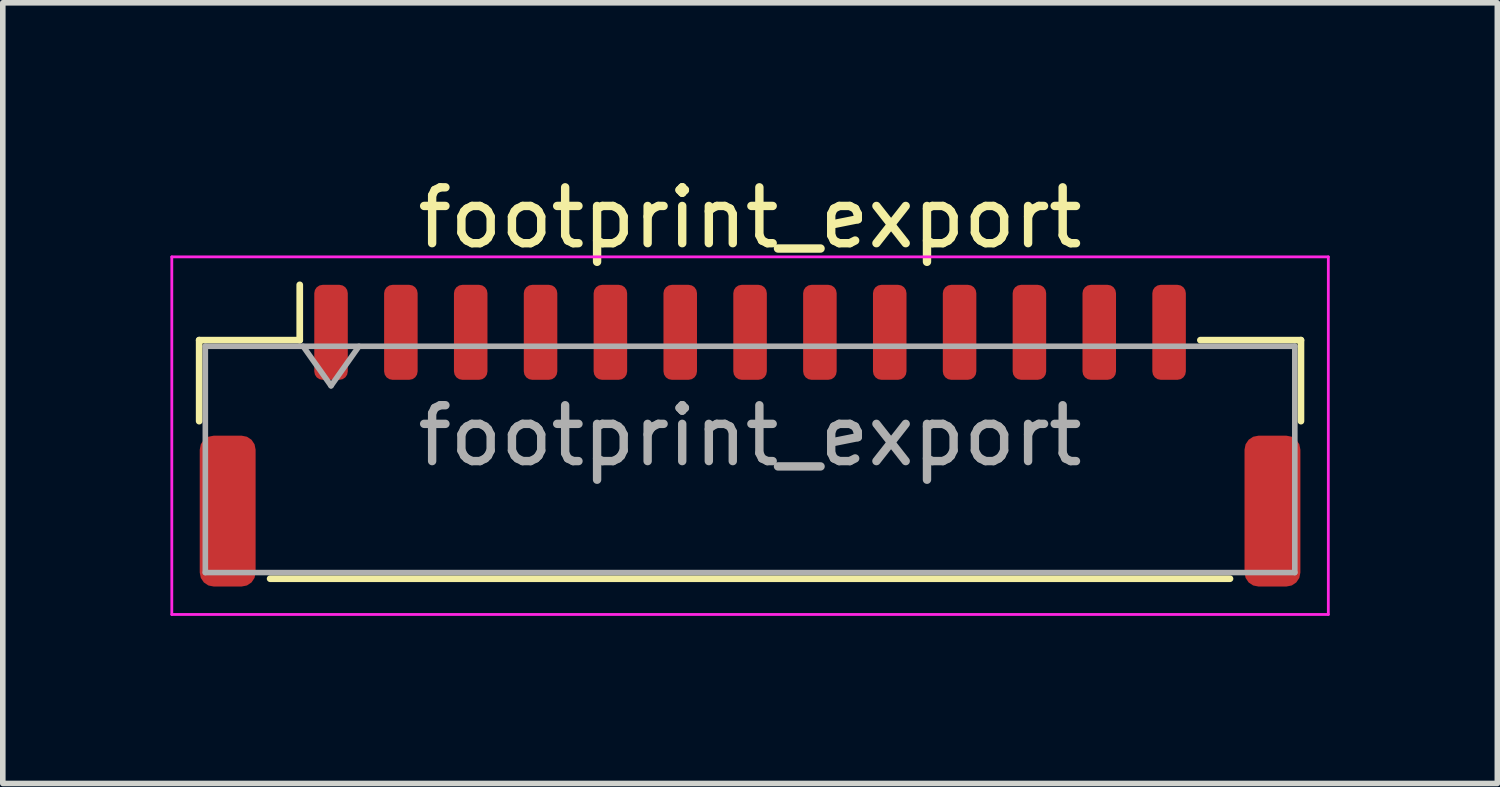
<source format=kicad_pcb>
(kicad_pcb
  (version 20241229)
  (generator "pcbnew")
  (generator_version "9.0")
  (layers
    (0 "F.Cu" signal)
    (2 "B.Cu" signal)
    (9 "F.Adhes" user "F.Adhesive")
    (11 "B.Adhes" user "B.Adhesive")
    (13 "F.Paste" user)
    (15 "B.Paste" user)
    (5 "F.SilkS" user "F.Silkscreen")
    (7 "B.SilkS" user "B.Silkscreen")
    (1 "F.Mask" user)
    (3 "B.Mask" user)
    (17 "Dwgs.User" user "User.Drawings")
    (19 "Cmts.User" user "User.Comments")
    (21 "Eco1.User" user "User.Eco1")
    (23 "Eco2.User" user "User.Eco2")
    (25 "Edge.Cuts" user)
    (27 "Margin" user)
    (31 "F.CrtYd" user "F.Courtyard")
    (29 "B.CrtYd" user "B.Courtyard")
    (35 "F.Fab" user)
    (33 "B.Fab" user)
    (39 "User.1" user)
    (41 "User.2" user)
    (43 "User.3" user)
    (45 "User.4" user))
  (footprint "footprint_export"
    (layer "F.Cu")
    (at 10.375 4.748)
    (property "Reference" "footprint_export" (at 0 -3.9 0) (layer "F.SilkS") (effects (font (size 1 1) (thickness 0.15))))
    (attr smd)
    (fp_line (start -9.86 -1.71) (end -8.06 -1.71) (stroke (width 0.12) (type solid)) (layer "F.SilkS"))
    (fp_line (start -9.86 -0.26) (end -9.86 -1.71) (stroke (width 0.12) (type solid)) (layer "F.SilkS"))
    (fp_line (start -8.59 2.56) (end 8.59 2.56) (stroke (width 0.12) (type solid)) (layer "F.SilkS"))
    (fp_line (start -8.06 -1.71) (end -8.06 -2.7) (stroke (width 0.12) (type solid)) (layer "F.SilkS"))
    (fp_line (start 9.86 -1.71) (end 8.06 -1.71) (stroke (width 0.12) (type solid)) (layer "F.SilkS"))
    (fp_line (start 9.86 -0.26) (end 9.86 -1.71) (stroke (width 0.12) (type solid)) (layer "F.SilkS"))
    (fp_line (start -10.35 -3.2) (end -10.35 3.2) (stroke (width 0.05) (type solid)) (layer "F.CrtYd"))
    (fp_line (start -10.35 3.2) (end 10.35 3.2) (stroke (width 0.05) (type solid)) (layer "F.CrtYd"))
    (fp_line (start 10.35 -3.2) (end -10.35 -3.2) (stroke (width 0.05) (type solid)) (layer "F.CrtYd"))
    (fp_line (start 10.35 3.2) (end 10.35 -3.2) (stroke (width 0.05) (type solid)) (layer "F.CrtYd"))
    (fp_line (start -9.75 -1.6) (end -9.75 2.45) (stroke (width 0.1) (type solid)) (layer "F.Fab"))
    (fp_line (start -9.75 -1.6) (end 9.75 -1.6) (stroke (width 0.1) (type solid)) (layer "F.Fab"))
    (fp_line (start -9.75 2.45) (end 9.75 2.45) (stroke (width 0.1) (type solid)) (layer "F.Fab"))
    (fp_line (start -8 -1.6) (end -7.5 -0.893) (stroke (width 0.1) (type solid)) (layer "F.Fab"))
    (fp_line (start -7.5 -0.893) (end -7 -1.6) (stroke (width 0.1) (type solid)) (layer "F.Fab"))
    (fp_line (start 9.75 -1.6) (end 9.75 2.45) (stroke (width 0.1) (type solid)) (layer "F.Fab"))
    (fp_text user "${REFERENCE}" (at 0 0 0) (layer "F.Fab") (effects (font (size 1 1) (thickness 0.15))))
    (pad "1" smd roundrect (at -7.5 -1.85) (size 0.6 1.7) (layers "F.Cu" "F.Mask" "F.Paste") (roundrect_rratio 0.25))
    (pad "2" smd roundrect (at -6.25 -1.85) (size 0.6 1.7) (layers "F.Cu" "F.Mask" "F.Paste") (roundrect_rratio 0.25))
    (pad "3" smd roundrect (at -5 -1.85) (size 0.6 1.7) (layers "F.Cu" "F.Mask" "F.Paste") (roundrect_rratio 0.25))
    (pad "4" smd roundrect (at -3.75 -1.85) (size 0.6 1.7) (layers "F.Cu" "F.Mask" "F.Paste") (roundrect_rratio 0.25))
    (pad "5" smd roundrect (at -2.5 -1.85) (size 0.6 1.7) (layers "F.Cu" "F.Mask" "F.Paste") (roundrect_rratio 0.25))
    (pad "6" smd roundrect (at -1.25 -1.85) (size 0.6 1.7) (layers "F.Cu" "F.Mask" "F.Paste") (roundrect_rratio 0.25))
    (pad "7" smd roundrect (at 0 -1.85) (size 0.6 1.7) (layers "F.Cu" "F.Mask" "F.Paste") (roundrect_rratio 0.25))
    (pad "8" smd roundrect (at 1.25 -1.85) (size 0.6 1.7) (layers "F.Cu" "F.Mask" "F.Paste") (roundrect_rratio 0.25))
    (pad "9" smd roundrect (at 2.5 -1.85) (size 0.6 1.7) (layers "F.Cu" "F.Mask" "F.Paste") (roundrect_rratio 0.25))
    (pad "10" smd roundrect (at 3.75 -1.85) (size 0.6 1.7) (layers "F.Cu" "F.Mask" "F.Paste") (roundrect_rratio 0.25))
    (pad "11" smd roundrect (at 5 -1.85) (size 0.6 1.7) (layers "F.Cu" "F.Mask" "F.Paste") (roundrect_rratio 0.25))
    (pad "12" smd roundrect (at 6.25 -1.85) (size 0.6 1.7) (layers "F.Cu" "F.Mask" "F.Paste") (roundrect_rratio 0.25))
    (pad "13" smd roundrect (at 7.5 -1.85) (size 0.6 1.7) (layers "F.Cu" "F.Mask" "F.Paste") (roundrect_rratio 0.25))
    (pad "MP" smd roundrect (at -9.35 1.35) (size 1 2.7) (layers "F.Cu" "F.Mask" "F.Paste") (roundrect_rratio 0.25))
    (pad "MP" smd roundrect (at 9.35 1.35) (size 1 2.7) (layers "F.Cu" "F.Mask" "F.Paste") (roundrect_rratio 0.25)))
  (gr_rect
    (start -3 -3)
    (end 23.75 10.973)
    (stroke (width 0.1) (type default))
    (fill no)
    (layer "Edge.Cuts")))
</source>
